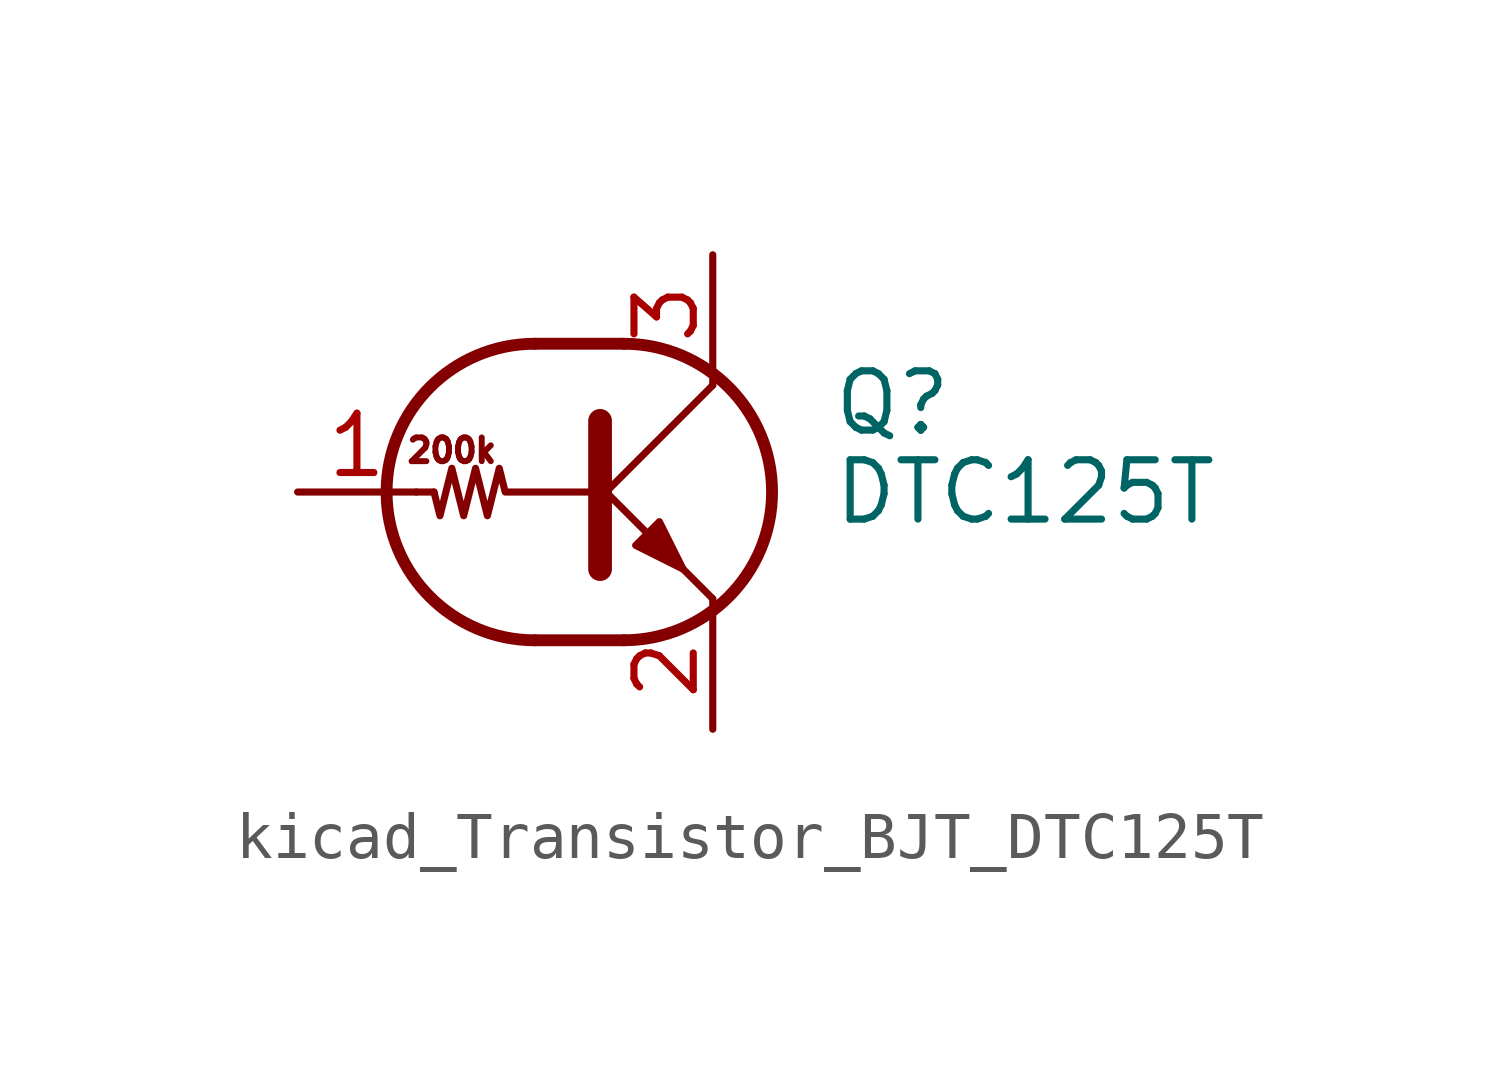
<source format=kicad_sym>
(kicad_symbol_lib
  (version 20220914)
  (generator kicad_symbol_editor)
  (symbol "kicad_Transistor_BJT_DTC125T"
    (pin_names
      (offset 0) hide)
    (property "Reference" "Q"
      (at 5.08 1.905 0)
      (effects (font (size 1.27 1.27)) (justify left)))
    (property "Value" "DTC125T"
      (at 5.08 0 0)
      (effects (font (size 1.27 1.27)) (justify left)))
    (symbol "kicad_Transistor_BJT_DTC125T_0_0"
      (polyline (pts (xy 2.54 -2.286) (xy 2.54 -2.54)) (stroke (width 0) (type default)) (fill (type none)))
      (text "200k" (at -3.048 0.889 0) (effects (font (size 0.508 0.508)))))
    (symbol "kicad_Transistor_BJT_DTC125T_0_1"
      (arc (start -1.27 3.175) (mid -4.4312 0) (end -1.27 -3.175) (stroke (width 0.254) (type default)) (fill (type none)))
      (polyline (pts (xy -3.429 0) (xy -3.81 0)) (stroke (width 0) (type default)) (fill (type none)))
      (polyline (pts (xy -1.27 -3.175) (xy 0.635 -3.175)) (stroke (width 0.254) (type default)) (fill (type none)))
      (polyline (pts (xy -1.27 3.175) (xy 0.635 3.175)) (stroke (width 0.254) (type default)) (fill (type none)))
      (polyline (pts (xy 0 -0.254) (xy 2.54 2.286)) (stroke (width 0) (type default)) (fill (type none)))
      (polyline (pts (xy 0.127 1.524) (xy 0.127 -1.651)) (stroke (width 0.508) (type default)) (fill (type outline)))
      (polyline (pts (xy 2.54 2.286) (xy 2.54 2.54)) (stroke (width 0) (type default)) (fill (type none)))
      (polyline (pts (xy 2.54 -2.286) (xy 0 0.254) (xy 0 0.254)) (stroke (width 0) (type default)) (fill (type none)))
      (polyline (pts (xy 0.889 -1.143) (xy 1.397 -0.635) (xy 1.905 -1.651) (xy 0.889 -1.143)) (stroke (width 0) (type default)) (fill (type outline)))
      (polyline (pts (xy 0 0) (xy -1.905 0) (xy -2.032 0.508) (xy -2.286 -0.508) (xy -2.54 0.508) (xy -2.794 -0.508) (xy -3.048 0.508) (xy -3.302 -0.508) (xy -3.429 0)) (stroke (width 0) (type default)) (fill (type none)))
      (arc (start 0.635 -3.175) (mid 3.7962 0) (end 0.635 3.175) (stroke (width 0.254) (type default)) (fill (type none))))
    (symbol "kicad_Transistor_BJT_DTC125T_1_1"
      (pin input line (at -6.35 0 0) (length 2.54) (name "B" (effects (font (size 1.27 1.27)))) (number "1" (effects (font (size 1.27 1.27)))))
      (pin passive line (at 2.54 -5.08 90) (length 2.54) (name "E" (effects (font (size 1.27 1.27)))) (number "2" (effects (font (size 1.27 1.27)))))
      (pin passive line (at 2.54 5.08 270) (length 2.54) (name "C" (effects (font (size 1.27 1.27)))) (number "3" (effects (font (size 1.27 1.27))))))))
</source>
